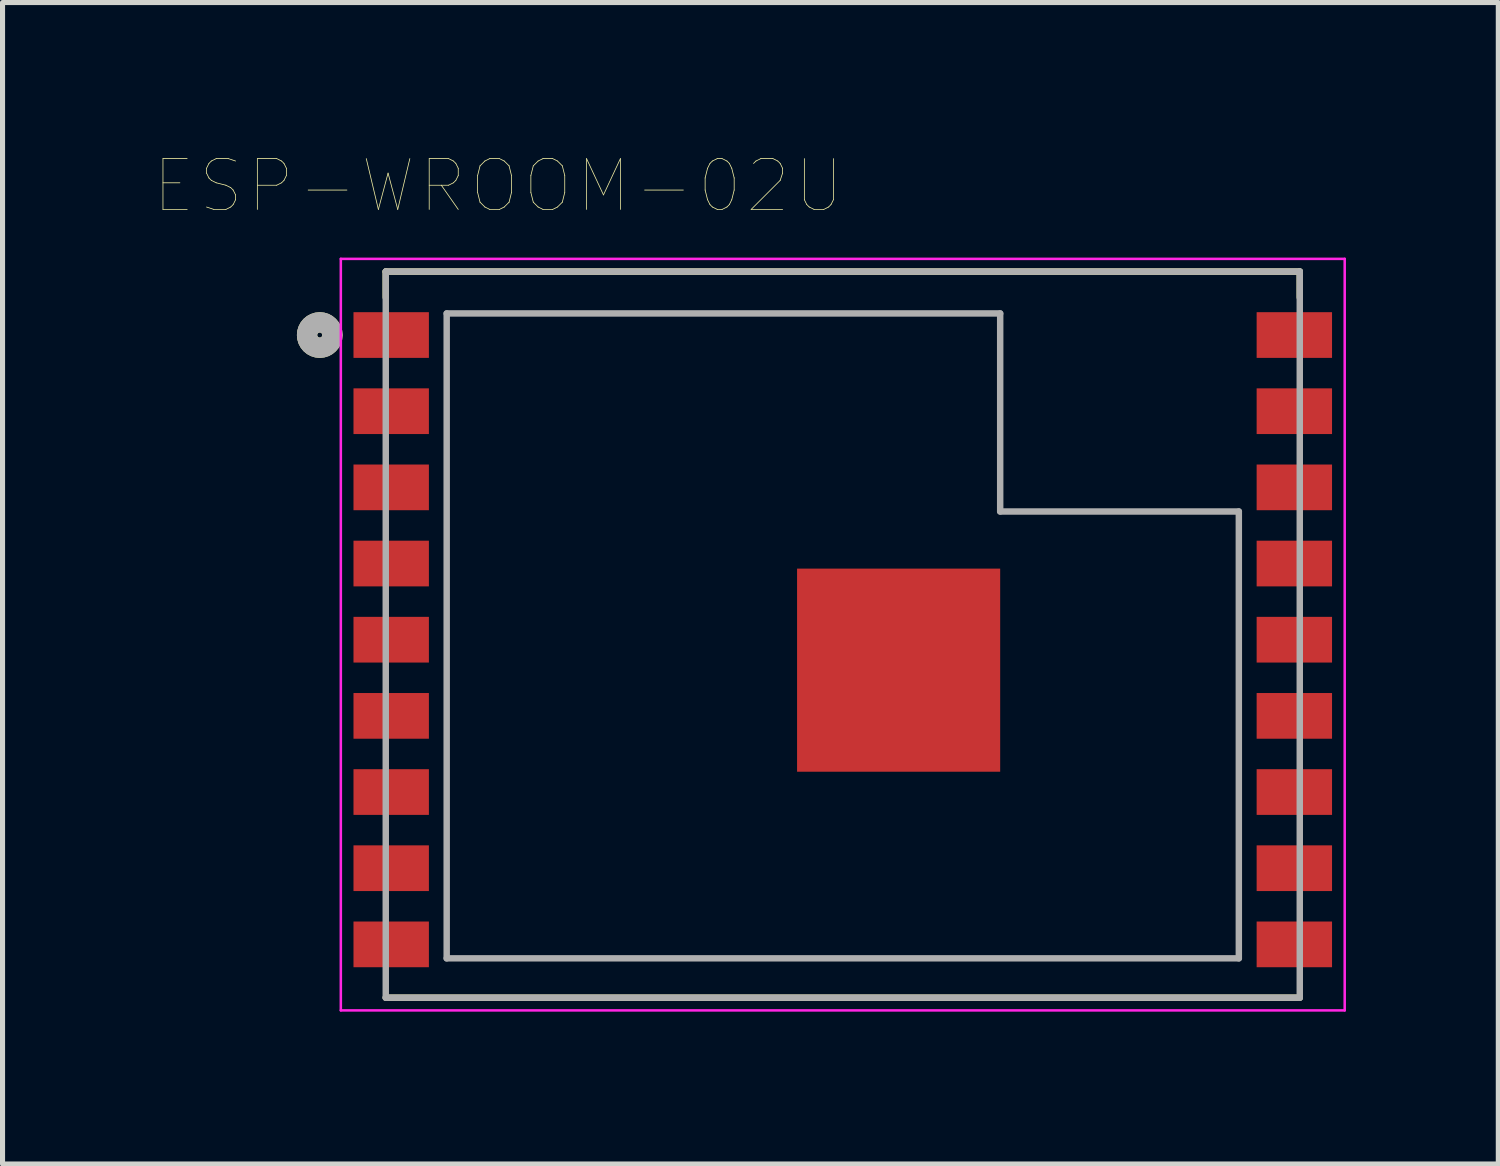
<source format=kicad_pcb>
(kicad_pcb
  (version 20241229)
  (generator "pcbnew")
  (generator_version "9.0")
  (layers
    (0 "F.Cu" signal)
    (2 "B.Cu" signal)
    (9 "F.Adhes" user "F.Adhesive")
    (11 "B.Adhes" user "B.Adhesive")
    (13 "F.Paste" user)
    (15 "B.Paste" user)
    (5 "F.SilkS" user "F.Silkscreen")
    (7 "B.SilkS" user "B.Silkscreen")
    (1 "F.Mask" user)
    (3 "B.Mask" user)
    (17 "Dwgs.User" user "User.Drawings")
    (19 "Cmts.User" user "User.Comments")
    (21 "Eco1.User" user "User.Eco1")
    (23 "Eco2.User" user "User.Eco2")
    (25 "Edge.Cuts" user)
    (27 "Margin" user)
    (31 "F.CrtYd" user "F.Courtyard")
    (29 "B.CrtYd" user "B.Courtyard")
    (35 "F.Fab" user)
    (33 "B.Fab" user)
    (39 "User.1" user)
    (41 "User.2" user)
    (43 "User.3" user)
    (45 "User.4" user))
  (footprint "ESP-WROOM-02U"
    (layer "F.Cu")
    (at 13.547 9.448)
    (property "Reference" "ESP-WROOM-02U" (at -6.786 -8.836 0) (layer "F.SilkS") (effects (font (size 1.001 1.001) (thickness 0.015))))
    (attr through_hole)
    (fp_line (start -9 -7.15) (end -9 -6.64) (stroke (width 0.127) (type solid)) (layer "F.SilkS"))
    (fp_line (start -9 -7.15) (end 9 -7.15) (stroke (width 0.127) (type solid)) (layer "F.SilkS"))
    (fp_line (start -9 7.15) (end 9 7.15) (stroke (width 0.127) (type solid)) (layer "F.SilkS"))
    (fp_line (start 9 -7.15) (end 9 -6.64) (stroke (width 0.127) (type solid)) (layer "F.SilkS"))
    (fp_circle (center -10.3 -5.9) (end -10.25 -5.9) (stroke (width 0.4) (type solid)) (fill no) (layer "F.SilkS"))
    (fp_poly (pts (xy -0.165 -0.565) (xy 2.365 -0.565) (xy 2.365 1.966) (xy -0.165 1.966)) (stroke (width 0.01) (type solid)) (fill yes) (layer "F.Paste"))
    (fp_line (start -9.885 -7.4) (end 9.885 -7.4) (stroke (width 0.05) (type solid)) (layer "F.CrtYd"))
    (fp_line (start -9.885 7.4) (end -9.885 -7.4) (stroke (width 0.05) (type solid)) (layer "F.CrtYd"))
    (fp_line (start 9.885 -7.4) (end 9.885 7.4) (stroke (width 0.05) (type solid)) (layer "F.CrtYd"))
    (fp_line (start 9.885 7.4) (end -9.885 7.4) (stroke (width 0.05) (type solid)) (layer "F.CrtYd"))
    (fp_line (start -9 -7.15) (end -9 7.15) (stroke (width 0.127) (type solid)) (layer "F.Fab"))
    (fp_line (start -9 7.15) (end 9 7.15) (stroke (width 0.127) (type solid)) (layer "F.Fab"))
    (fp_line (start -7.8 -6.325) (end -7.8 6.375) (stroke (width 0.127) (type solid)) (layer "F.Fab"))
    (fp_line (start -7.8 6.375) (end 7.8 6.375) (stroke (width 0.127) (type solid)) (layer "F.Fab"))
    (fp_line (start 3.1 -6.325) (end -7.8 -6.325) (stroke (width 0.127) (type solid)) (layer "F.Fab"))
    (fp_line (start 3.1 -6.325) (end 3.1 -2.425) (stroke (width 0.127) (type solid)) (layer "F.Fab"))
    (fp_line (start 3.1 -2.425) (end 7.8 -2.425) (stroke (width 0.127) (type solid)) (layer "F.Fab"))
    (fp_line (start 7.8 6.375) (end 7.8 -2.425) (stroke (width 0.127) (type solid)) (layer "F.Fab"))
    (fp_line (start 9 -7.15) (end -9 -7.15) (stroke (width 0.127) (type solid)) (layer "F.Fab"))
    (fp_line (start 9 7.15) (end 9 -7.15) (stroke (width 0.127) (type solid)) (layer "F.Fab"))
    (fp_circle (center -10.3 -5.9) (end -10.25 -5.9) (stroke (width 0.4) (type solid)) (fill no) (layer "F.Fab"))
    (pad "1" smd rect (at -8.893 -5.9) (size 1.485 0.9) (layers "F.Cu" "F.Mask" "F.Paste"))
    (pad "2" smd rect (at -8.893 -4.4) (size 1.485 0.9) (layers "F.Cu" "F.Mask" "F.Paste"))
    (pad "3" smd rect (at -8.893 -2.9) (size 1.485 0.9) (layers "F.Cu" "F.Mask" "F.Paste"))
    (pad "4" smd rect (at -8.893 -1.4) (size 1.485 0.9) (layers "F.Cu" "F.Mask" "F.Paste"))
    (pad "5" smd rect (at -8.893 0.1) (size 1.485 0.9) (layers "F.Cu" "F.Mask" "F.Paste"))
    (pad "6" smd rect (at -8.893 1.6) (size 1.485 0.9) (layers "F.Cu" "F.Mask" "F.Paste"))
    (pad "7" smd rect (at -8.893 3.1) (size 1.485 0.9) (layers "F.Cu" "F.Mask" "F.Paste"))
    (pad "8" smd rect (at -8.893 4.6) (size 1.485 0.9) (layers "F.Cu" "F.Mask" "F.Paste"))
    (pad "9" smd rect (at -8.893 6.1) (size 1.485 0.9) (layers "F.Cu" "F.Mask" "F.Paste"))
    (pad "10" smd rect (at 8.893 6.1) (size 1.485 0.9) (layers "F.Cu" "F.Mask" "F.Paste"))
    (pad "11" smd rect (at 8.893 4.6) (size 1.485 0.9) (layers "F.Cu" "F.Mask" "F.Paste"))
    (pad "12" smd rect (at 8.893 3.1) (size 1.485 0.9) (layers "F.Cu" "F.Mask" "F.Paste"))
    (pad "13" smd rect (at 8.893 1.6) (size 1.485 0.9) (layers "F.Cu" "F.Mask" "F.Paste"))
    (pad "14" smd rect (at 8.893 0.1) (size 1.485 0.9) (layers "F.Cu" "F.Mask" "F.Paste"))
    (pad "15" smd rect (at 8.893 -1.4) (size 1.485 0.9) (layers "F.Cu" "F.Mask" "F.Paste"))
    (pad "16" smd rect (at 8.893 -2.9) (size 1.485 0.9) (layers "F.Cu" "F.Mask" "F.Paste"))
    (pad "17" smd rect (at 8.893 -4.4) (size 1.485 0.9) (layers "F.Cu" "F.Mask" "F.Paste"))
    (pad "18" smd rect (at 8.893 -5.9) (size 1.485 0.9) (layers "F.Cu" "F.Mask" "F.Paste"))
    (pad "19" smd rect (at 1.1 0.7) (size 4 4) (layers "F.Cu" "F.Mask")))
  (gr_rect
    (start -3 -3)
    (end 26.457 19.873)
    (stroke (width 0.1) (type default))
    (fill no)
    (layer "Edge.Cuts")))
</source>
